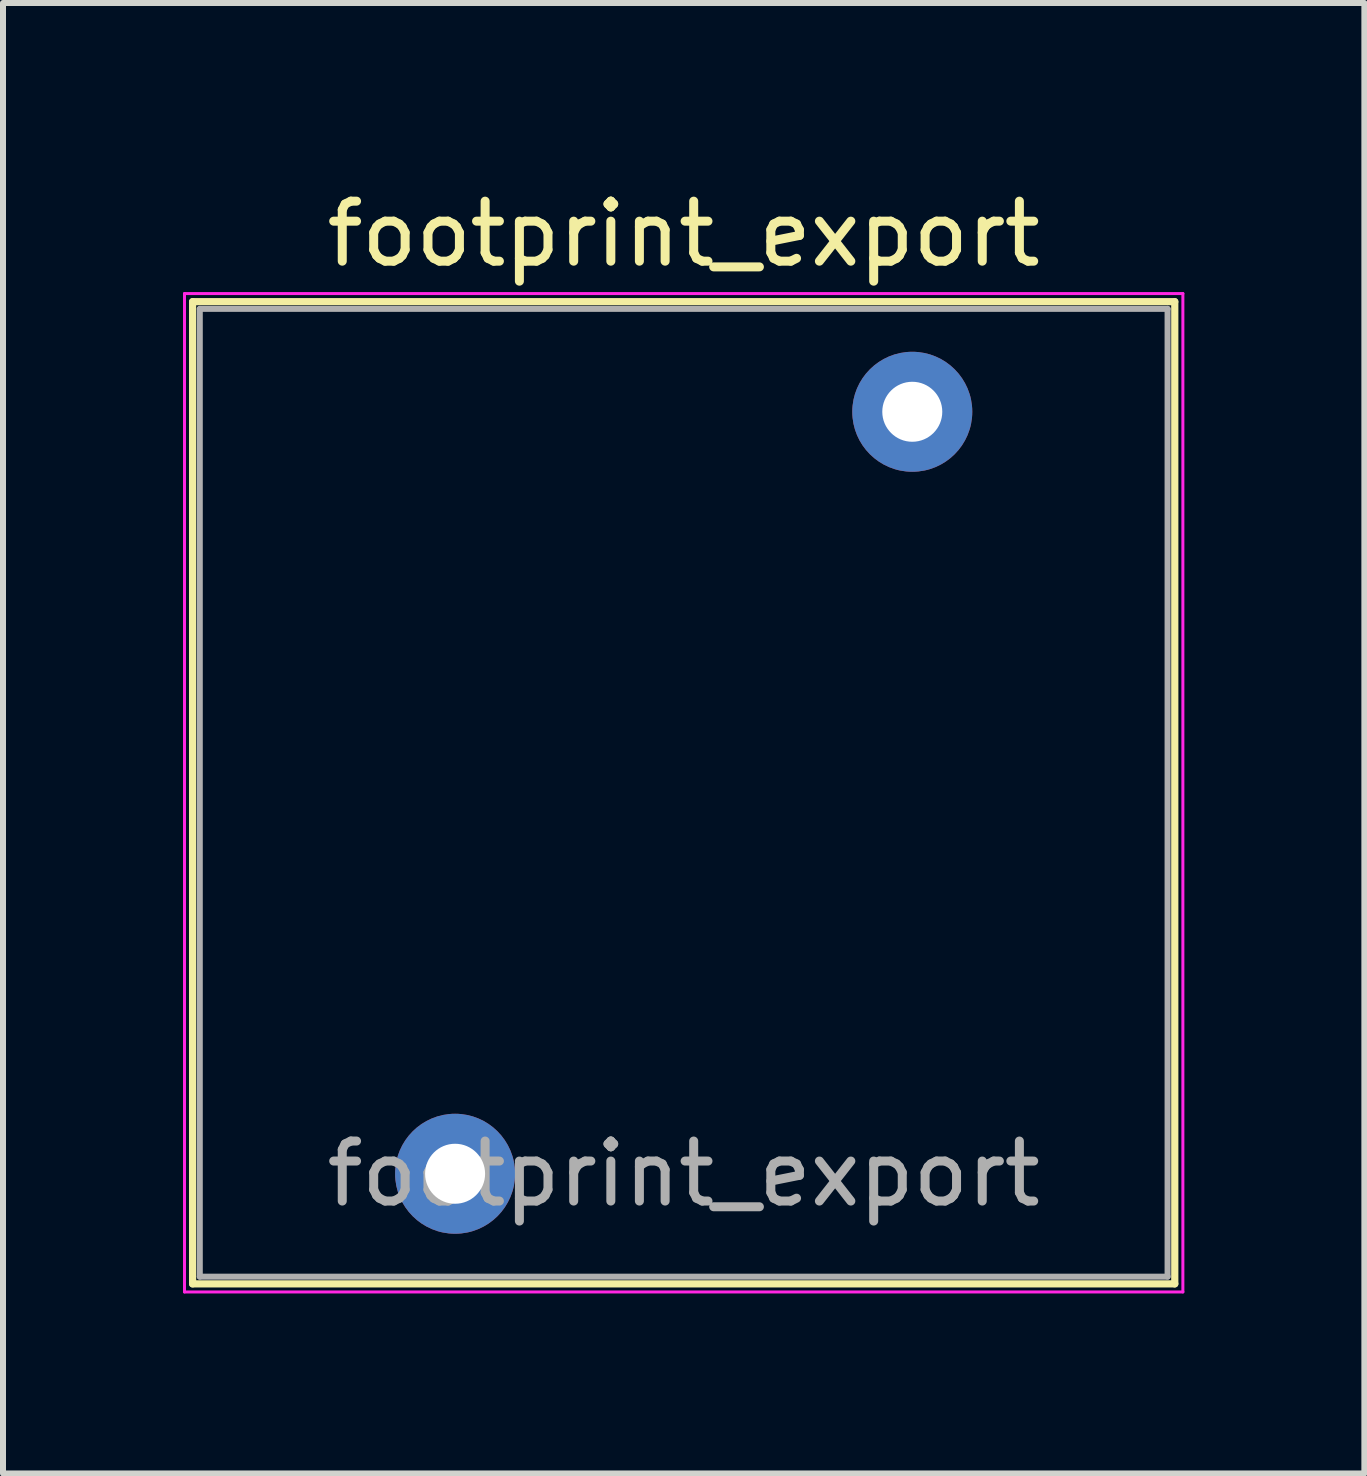
<source format=kicad_pcb>
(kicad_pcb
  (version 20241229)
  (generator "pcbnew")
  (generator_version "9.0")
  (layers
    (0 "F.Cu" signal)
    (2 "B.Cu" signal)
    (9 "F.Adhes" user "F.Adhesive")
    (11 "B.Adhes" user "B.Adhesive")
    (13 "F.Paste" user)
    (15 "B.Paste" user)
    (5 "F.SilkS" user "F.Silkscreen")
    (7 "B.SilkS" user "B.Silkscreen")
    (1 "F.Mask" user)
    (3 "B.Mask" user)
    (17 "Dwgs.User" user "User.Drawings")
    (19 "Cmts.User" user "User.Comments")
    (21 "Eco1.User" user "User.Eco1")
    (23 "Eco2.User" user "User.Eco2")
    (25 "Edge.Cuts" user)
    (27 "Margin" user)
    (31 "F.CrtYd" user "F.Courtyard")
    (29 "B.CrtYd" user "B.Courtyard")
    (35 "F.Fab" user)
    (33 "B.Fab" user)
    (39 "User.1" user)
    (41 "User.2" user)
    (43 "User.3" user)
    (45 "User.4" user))
  (footprint "footprint_export"
    (layer "F.Cu")
    (at 4.535 16.513)
    (property "Reference" "footprint_export" (at 3.81 -15.665 0) (layer "F.SilkS") (effects (font (size 1 1) (thickness 0.15))))
    (attr through_hole)
    (fp_line (start -4.375 -14.535) (end -4.375 1.835) (stroke (width 0.12) (type solid)) (layer "F.SilkS"))
    (fp_line (start -4.375 -14.535) (end 11.995 -14.535) (stroke (width 0.12) (type solid)) (layer "F.SilkS"))
    (fp_line (start -4.375 1.835) (end 11.995 1.835) (stroke (width 0.12) (type solid)) (layer "F.SilkS"))
    (fp_line (start 11.995 -14.535) (end 11.995 1.835) (stroke (width 0.12) (type solid)) (layer "F.SilkS"))
    (fp_line (start -4.51 -14.67) (end -4.51 1.97) (stroke (width 0.05) (type solid)) (layer "F.CrtYd"))
    (fp_line (start -4.51 1.97) (end 12.13 1.97) (stroke (width 0.05) (type solid)) (layer "F.CrtYd"))
    (fp_line (start 12.13 -14.67) (end -4.51 -14.67) (stroke (width 0.05) (type solid)) (layer "F.CrtYd"))
    (fp_line (start 12.13 1.97) (end 12.13 -14.67) (stroke (width 0.05) (type solid)) (layer "F.CrtYd"))
    (fp_line (start -4.255 -14.415) (end -4.255 1.715) (stroke (width 0.1) (type solid)) (layer "F.Fab"))
    (fp_line (start -4.255 1.715) (end 11.875 1.715) (stroke (width 0.1) (type solid)) (layer "F.Fab"))
    (fp_line (start 11.875 -14.415) (end -4.255 -14.415) (stroke (width 0.1) (type solid)) (layer "F.Fab"))
    (fp_line (start 11.875 1.715) (end 11.875 -14.415) (stroke (width 0.1) (type solid)) (layer "F.Fab"))
    (fp_text user "${REFERENCE}" (at 3.81 0 0) (layer "F.Fab") (effects (font (size 1 1) (thickness 0.15))))
    (pad "1" thru_hole circle (at 0 0) (size 2 2) (drill 1) (layers "*.Cu" "*.Mask"))
    (pad "2" thru_hole circle (at 7.62 -12.7) (size 2 2) (drill 1) (layers "*.Cu" "*.Mask")))
  (gr_rect
    (start -3 -3)
    (end 19.69 21.508)
    (stroke (width 0.1) (type default))
    (fill no)
    (layer "Edge.Cuts")))
</source>
